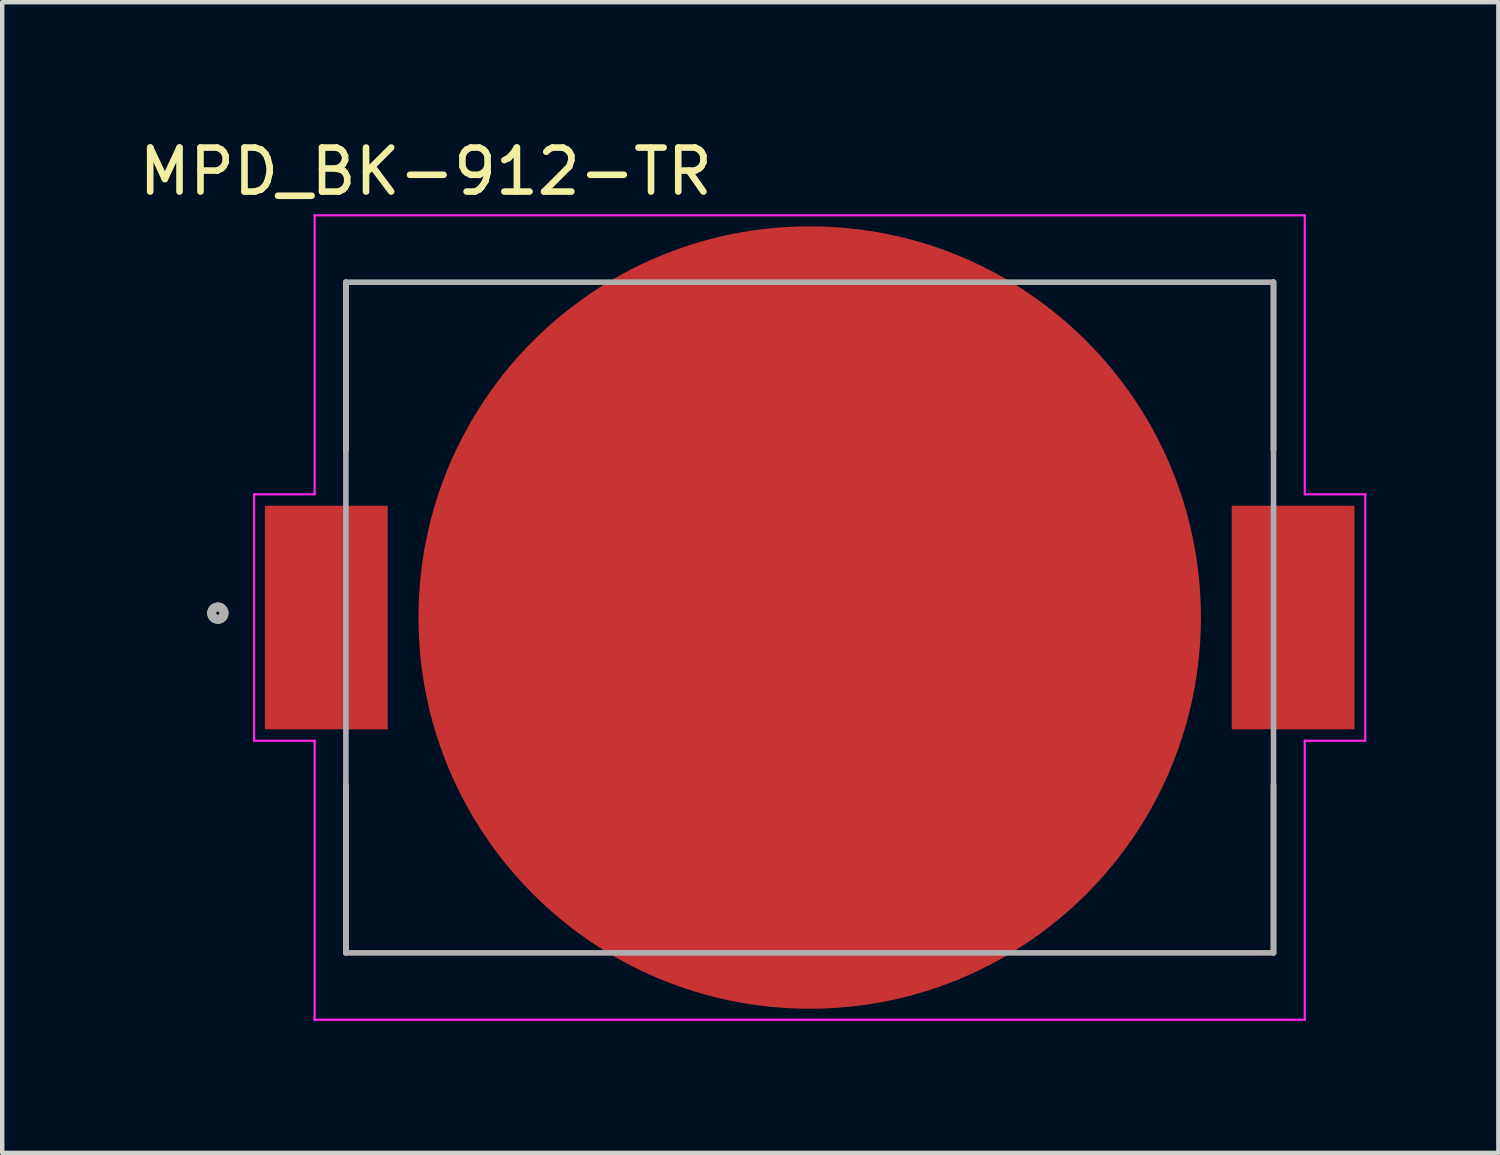
<source format=kicad_pcb>
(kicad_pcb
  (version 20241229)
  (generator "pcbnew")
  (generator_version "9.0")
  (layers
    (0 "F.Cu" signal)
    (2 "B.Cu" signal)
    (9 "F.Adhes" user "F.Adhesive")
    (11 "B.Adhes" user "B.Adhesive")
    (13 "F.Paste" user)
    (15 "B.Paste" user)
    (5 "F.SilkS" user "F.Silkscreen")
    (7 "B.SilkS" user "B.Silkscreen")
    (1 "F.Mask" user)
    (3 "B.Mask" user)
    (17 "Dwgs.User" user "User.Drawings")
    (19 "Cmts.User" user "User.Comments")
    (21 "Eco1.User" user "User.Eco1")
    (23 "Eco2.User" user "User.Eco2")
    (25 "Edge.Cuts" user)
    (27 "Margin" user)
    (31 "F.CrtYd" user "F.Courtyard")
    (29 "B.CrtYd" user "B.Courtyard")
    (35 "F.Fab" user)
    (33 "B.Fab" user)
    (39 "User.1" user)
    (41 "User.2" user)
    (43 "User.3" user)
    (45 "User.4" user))
  (footprint "MPD_BK-912-TR"
    (layer "F.Cu")
    (at 15.35 10.983)
    (property "Reference" "MPD_BK-912-TR" (at -8.725 -10.135 0) (layer "F.SilkS") (effects (font (size 1 1) (thickness 0.15))))
    (attr through_hole)
    (fp_line (start -10.54 -3.81) (end -10.54 -7.62) (stroke (width 0.127) (type solid)) (layer "F.SilkS"))
    (fp_line (start -10.54 7.62) (end -10.54 3.81) (stroke (width 0.127) (type solid)) (layer "F.SilkS"))
    (fp_line (start 10.54 -7.62) (end 10.54 -3.81) (stroke (width 0.127) (type solid)) (layer "F.SilkS"))
    (fp_line (start 10.54 3.81) (end 10.54 7.62) (stroke (width 0.127) (type solid)) (layer "F.SilkS"))
    (fp_circle (center -13.45 -0.1) (end -13.309 -0.1) (stroke (width 0.2) (type solid)) (fill no) (layer "F.SilkS"))
    (fp_line (start -12.625 -2.8) (end -11.25 -2.8) (stroke (width 0.05) (type solid)) (layer "F.CrtYd"))
    (fp_line (start -12.625 2.8) (end -12.625 -2.8) (stroke (width 0.05) (type solid)) (layer "F.CrtYd"))
    (fp_line (start -11.25 -9.14) (end 11.25 -9.14) (stroke (width 0.05) (type solid)) (layer "F.CrtYd"))
    (fp_line (start -11.25 -2.8) (end -11.25 -9.14) (stroke (width 0.05) (type solid)) (layer "F.CrtYd"))
    (fp_line (start -11.25 2.8) (end -12.625 2.8) (stroke (width 0.05) (type solid)) (layer "F.CrtYd"))
    (fp_line (start -11.25 9.14) (end -11.25 2.8) (stroke (width 0.05) (type solid)) (layer "F.CrtYd"))
    (fp_line (start 11.25 -9.14) (end 11.25 -2.8) (stroke (width 0.05) (type solid)) (layer "F.CrtYd"))
    (fp_line (start 11.25 -2.8) (end 12.625 -2.8) (stroke (width 0.05) (type solid)) (layer "F.CrtYd"))
    (fp_line (start 11.25 2.8) (end 11.25 9.14) (stroke (width 0.05) (type solid)) (layer "F.CrtYd"))
    (fp_line (start 11.25 9.14) (end -11.25 9.14) (stroke (width 0.05) (type solid)) (layer "F.CrtYd"))
    (fp_line (start 12.625 -2.8) (end 12.625 2.8) (stroke (width 0.05) (type solid)) (layer "F.CrtYd"))
    (fp_line (start 12.625 2.8) (end 11.25 2.8) (stroke (width 0.05) (type solid)) (layer "F.CrtYd"))
    (fp_line (start -10.54 -7.62) (end 10.54 -7.62) (stroke (width 0.127) (type solid)) (layer "F.Fab"))
    (fp_line (start -10.54 7.62) (end -10.54 -7.62) (stroke (width 0.127) (type solid)) (layer "F.Fab"))
    (fp_line (start 10.54 -7.62) (end 10.54 7.62) (stroke (width 0.127) (type solid)) (layer "F.Fab"))
    (fp_line (start 10.54 7.62) (end -10.54 7.62) (stroke (width 0.127) (type solid)) (layer "F.Fab"))
    (fp_circle (center -13.45 -0.1) (end -13.309 -0.1) (stroke (width 0.2) (type solid)) (fill no) (layer "F.Fab"))
    (pad "1" smd rect (at -10.985 0) (size 2.79 5.08) (layers "F.Cu" "F.Mask" "F.Paste"))
    (pad "1" smd rect (at 10.985 0) (size 2.79 5.08) (layers "F.Cu" "F.Mask" "F.Paste"))
    (pad "2" smd circle (at 0 0) (size 17.78 17.78) (layers "F.Cu" "F.Mask" "F.Paste")))
  (gr_rect
    (start -3 -3)
    (end 31 23.148)
    (stroke (width 0.1) (type default))
    (fill no)
    (layer "Edge.Cuts")))
</source>
